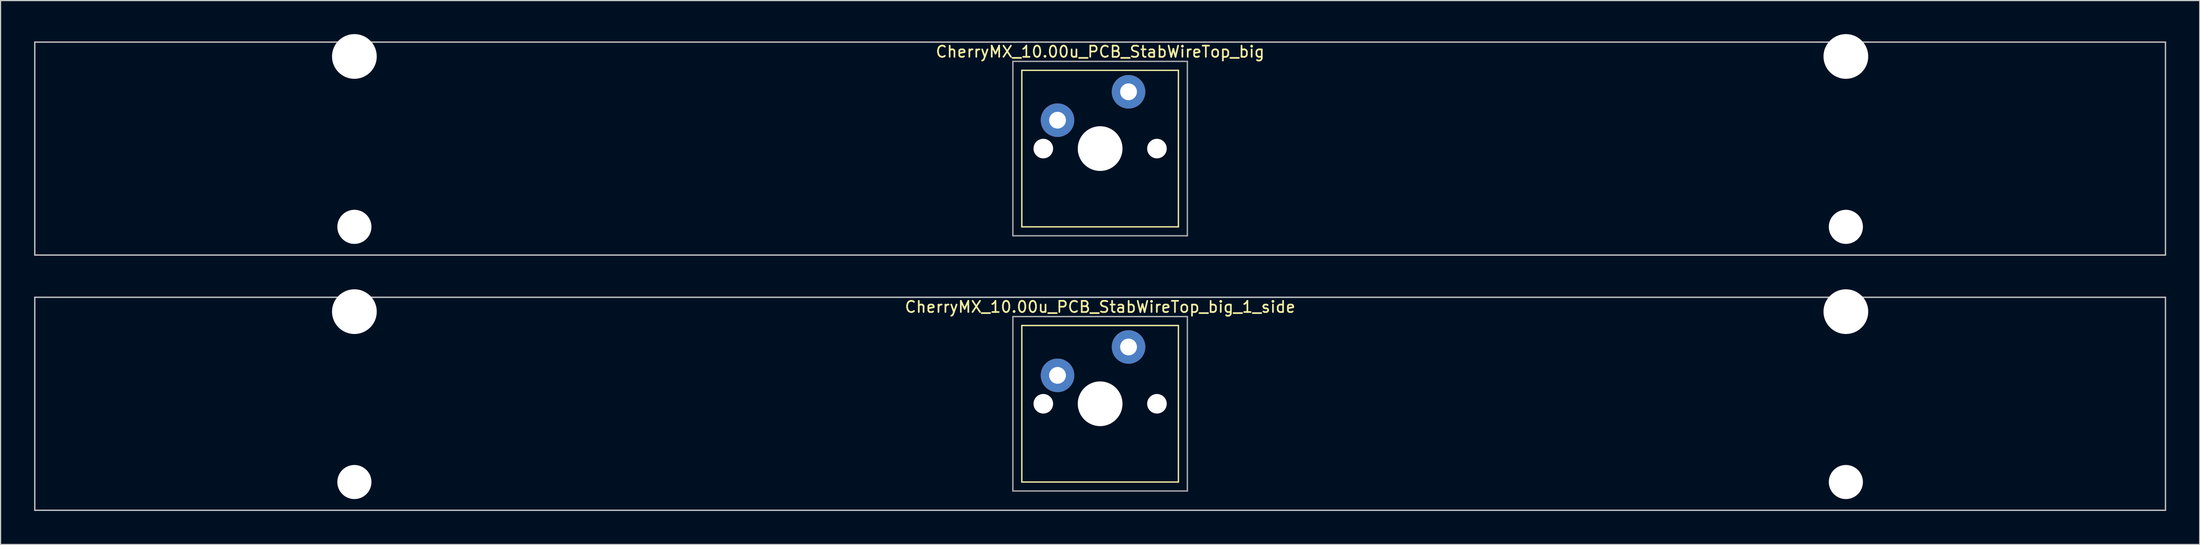
<source format=kicad_pcb>
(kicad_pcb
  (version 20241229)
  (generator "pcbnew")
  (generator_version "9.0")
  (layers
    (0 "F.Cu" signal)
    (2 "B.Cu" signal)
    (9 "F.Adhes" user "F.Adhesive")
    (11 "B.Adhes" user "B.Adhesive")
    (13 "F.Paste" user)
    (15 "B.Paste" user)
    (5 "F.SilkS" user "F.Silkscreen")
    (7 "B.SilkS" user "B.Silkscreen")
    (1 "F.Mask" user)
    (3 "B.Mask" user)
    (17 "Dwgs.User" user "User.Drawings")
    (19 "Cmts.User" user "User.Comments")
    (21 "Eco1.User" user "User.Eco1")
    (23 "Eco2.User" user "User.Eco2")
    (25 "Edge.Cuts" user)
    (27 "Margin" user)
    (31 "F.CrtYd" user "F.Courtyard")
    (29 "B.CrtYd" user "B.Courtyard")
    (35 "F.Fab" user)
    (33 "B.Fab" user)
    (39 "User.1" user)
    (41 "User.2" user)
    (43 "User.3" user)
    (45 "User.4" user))
  (footprint "CherryMX_10.00u_PCB_StabWireTop_big"
    (layer "F.Cu")
    (at 95.31 10.24)
    (property "Reference" "CherryMX_10.00u_PCB_StabWireTop_big" (at 0 -8.662 0) (layer "F.SilkS") (effects (font (size 1 1) (thickness 0.15))))
    (attr through_hole)
    (fp_line (start -7 -7) (end -7 7) (stroke (width 0.12) (type solid)) (layer "F.SilkS"))
    (fp_line (start -7 -7) (end 7 -7) (stroke (width 0.12) (type solid)) (layer "F.SilkS"))
    (fp_line (start 7 -7) (end 7 7) (stroke (width 0.12) (type solid)) (layer "F.SilkS"))
    (fp_line (start 7 7) (end -7 7) (stroke (width 0.12) (type solid)) (layer "F.SilkS"))
    (fp_line (start -95.25 -9.525) (end 95.25 -9.525) (stroke (width 0.12) (type solid)) (layer "Dwgs.User"))
    (fp_line (start -95.25 9.525) (end -95.25 -9.525) (stroke (width 0.12) (type solid)) (layer "Dwgs.User"))
    (fp_line (start 95.25 -9.525) (end 95.25 9.525) (stroke (width 0.12) (type solid)) (layer "Dwgs.User"))
    (fp_line (start 95.25 9.525) (end -95.25 9.525) (stroke (width 0.12) (type solid)) (layer "Dwgs.User"))
    (fp_line (start -7.8 -7.8) (end -7.8 7.8) (stroke (width 0.12) (type solid)) (layer "F.Fab"))
    (fp_line (start -7.8 -7.8) (end 7.8 -7.8) (stroke (width 0.12) (type solid)) (layer "F.Fab"))
    (fp_line (start -7.8 7.8) (end 7.8 7.8) (stroke (width 0.12) (type solid)) (layer "F.Fab"))
    (fp_line (start 7.8 -7.8) (end 7.8 7.8) (stroke (width 0.12) (type solid)) (layer "F.Fab"))
    (pad "" np_thru_hole circle (at -66.675 -8.24) (size 4 4) (drill 4) (layers "*.Cu" "*.Mask"))
    (pad "" np_thru_hole circle (at -66.675 7) (size 3.05 3.05) (drill 3.05) (layers "*.Cu" "*.Mask"))
    (pad "" np_thru_hole circle (at -5.08 0) (size 1.75 1.75) (drill 1.75) (layers "*.Cu" "*.Mask"))
    (pad "" np_thru_hole circle (at 0 0) (size 4 4) (drill 4) (layers "*.Cu" "*.Mask"))
    (pad "" np_thru_hole circle (at 5.08 0) (size 1.75 1.75) (drill 1.75) (layers "*.Cu" "*.Mask"))
    (pad "" np_thru_hole circle (at 66.675 -8.24) (size 4 4) (drill 4) (layers "*.Cu" "*.Mask"))
    (pad "" np_thru_hole circle (at 66.675 7) (size 3.05 3.05) (drill 3.05) (layers "*.Cu" "*.Mask"))
    (pad "1" thru_hole circle (at -3.81 -2.54) (size 3 3) (drill 1.5) (layers "*.Cu" "*.Mask"))
    (pad "2" thru_hole circle (at 2.54 -5.08) (size 3 3) (drill 1.5) (layers "*.Cu" "*.Mask")))
  (footprint "CherryMX_10.00u_PCB_StabWireTop_big_1_side"
    (layer "F.Cu")
    (at 95.31 33.065)
    (property "Reference" "CherryMX_10.00u_PCB_StabWireTop_big_1_side" (at 0 -8.662 0) (layer "F.SilkS") (effects (font (size 1 1) (thickness 0.15))))
    (attr through_hole)
    (fp_line (start -7 -7) (end -7 7) (stroke (width 0.12) (type solid)) (layer "F.SilkS"))
    (fp_line (start -7 -7) (end 7 -7) (stroke (width 0.12) (type solid)) (layer "F.SilkS"))
    (fp_line (start 7 -7) (end 7 7) (stroke (width 0.12) (type solid)) (layer "F.SilkS"))
    (fp_line (start 7 7) (end -7 7) (stroke (width 0.12) (type solid)) (layer "F.SilkS"))
    (fp_line (start -95.25 -9.525) (end 95.25 -9.525) (stroke (width 0.12) (type solid)) (layer "Dwgs.User"))
    (fp_line (start -95.25 9.525) (end -95.25 -9.525) (stroke (width 0.12) (type solid)) (layer "Dwgs.User"))
    (fp_line (start 95.25 -9.525) (end 95.25 9.525) (stroke (width 0.12) (type solid)) (layer "Dwgs.User"))
    (fp_line (start 95.25 9.525) (end -95.25 9.525) (stroke (width 0.12) (type solid)) (layer "Dwgs.User"))
    (fp_line (start -7.8 -7.8) (end -7.8 7.8) (stroke (width 0.12) (type solid)) (layer "F.Fab"))
    (fp_line (start -7.8 -7.8) (end 7.8 -7.8) (stroke (width 0.12) (type solid)) (layer "F.Fab"))
    (fp_line (start -7.8 7.8) (end 7.8 7.8) (stroke (width 0.12) (type solid)) (layer "F.Fab"))
    (fp_line (start 7.8 -7.8) (end 7.8 7.8) (stroke (width 0.12) (type solid)) (layer "F.Fab"))
    (pad "" np_thru_hole circle (at -66.675 -8.24) (size 4 4) (drill 4) (layers "*.Cu" "*.Mask"))
    (pad "" np_thru_hole circle (at -66.675 7) (size 3.05 3.05) (drill 3.05) (layers "*.Cu" "*.Mask"))
    (pad "" np_thru_hole circle (at -5.08 0) (size 1.75 1.75) (drill 1.75) (layers "*.Cu" "*.Mask"))
    (pad "" np_thru_hole circle (at 0 0) (size 4 4) (drill 4) (layers "*.Cu" "*.Mask"))
    (pad "" np_thru_hole circle (at 5.08 0) (size 1.75 1.75) (drill 1.75) (layers "*.Cu" "*.Mask"))
    (pad "" np_thru_hole circle (at 66.675 -8.24) (size 4 4) (drill 4) (layers "*.Cu" "*.Mask"))
    (pad "" np_thru_hole circle (at 66.675 7) (size 3.05 3.05) (drill 3.05) (layers "*.Cu" "*.Mask"))
    (pad "1" thru_hole circle (at -3.81 -2.54) (size 3 3) (drill 1.5) (layers "*.Cu" "B.Mask"))
    (pad "2" thru_hole circle (at 2.54 -5.08) (size 3 3) (drill 1.5) (layers "*.Cu" "B.Mask")))
  (gr_rect
    (start -3 -3)
    (end 193.62 45.65)
    (stroke (width 0.1) (type default))
    (fill no)
    (layer "Edge.Cuts")))
</source>
